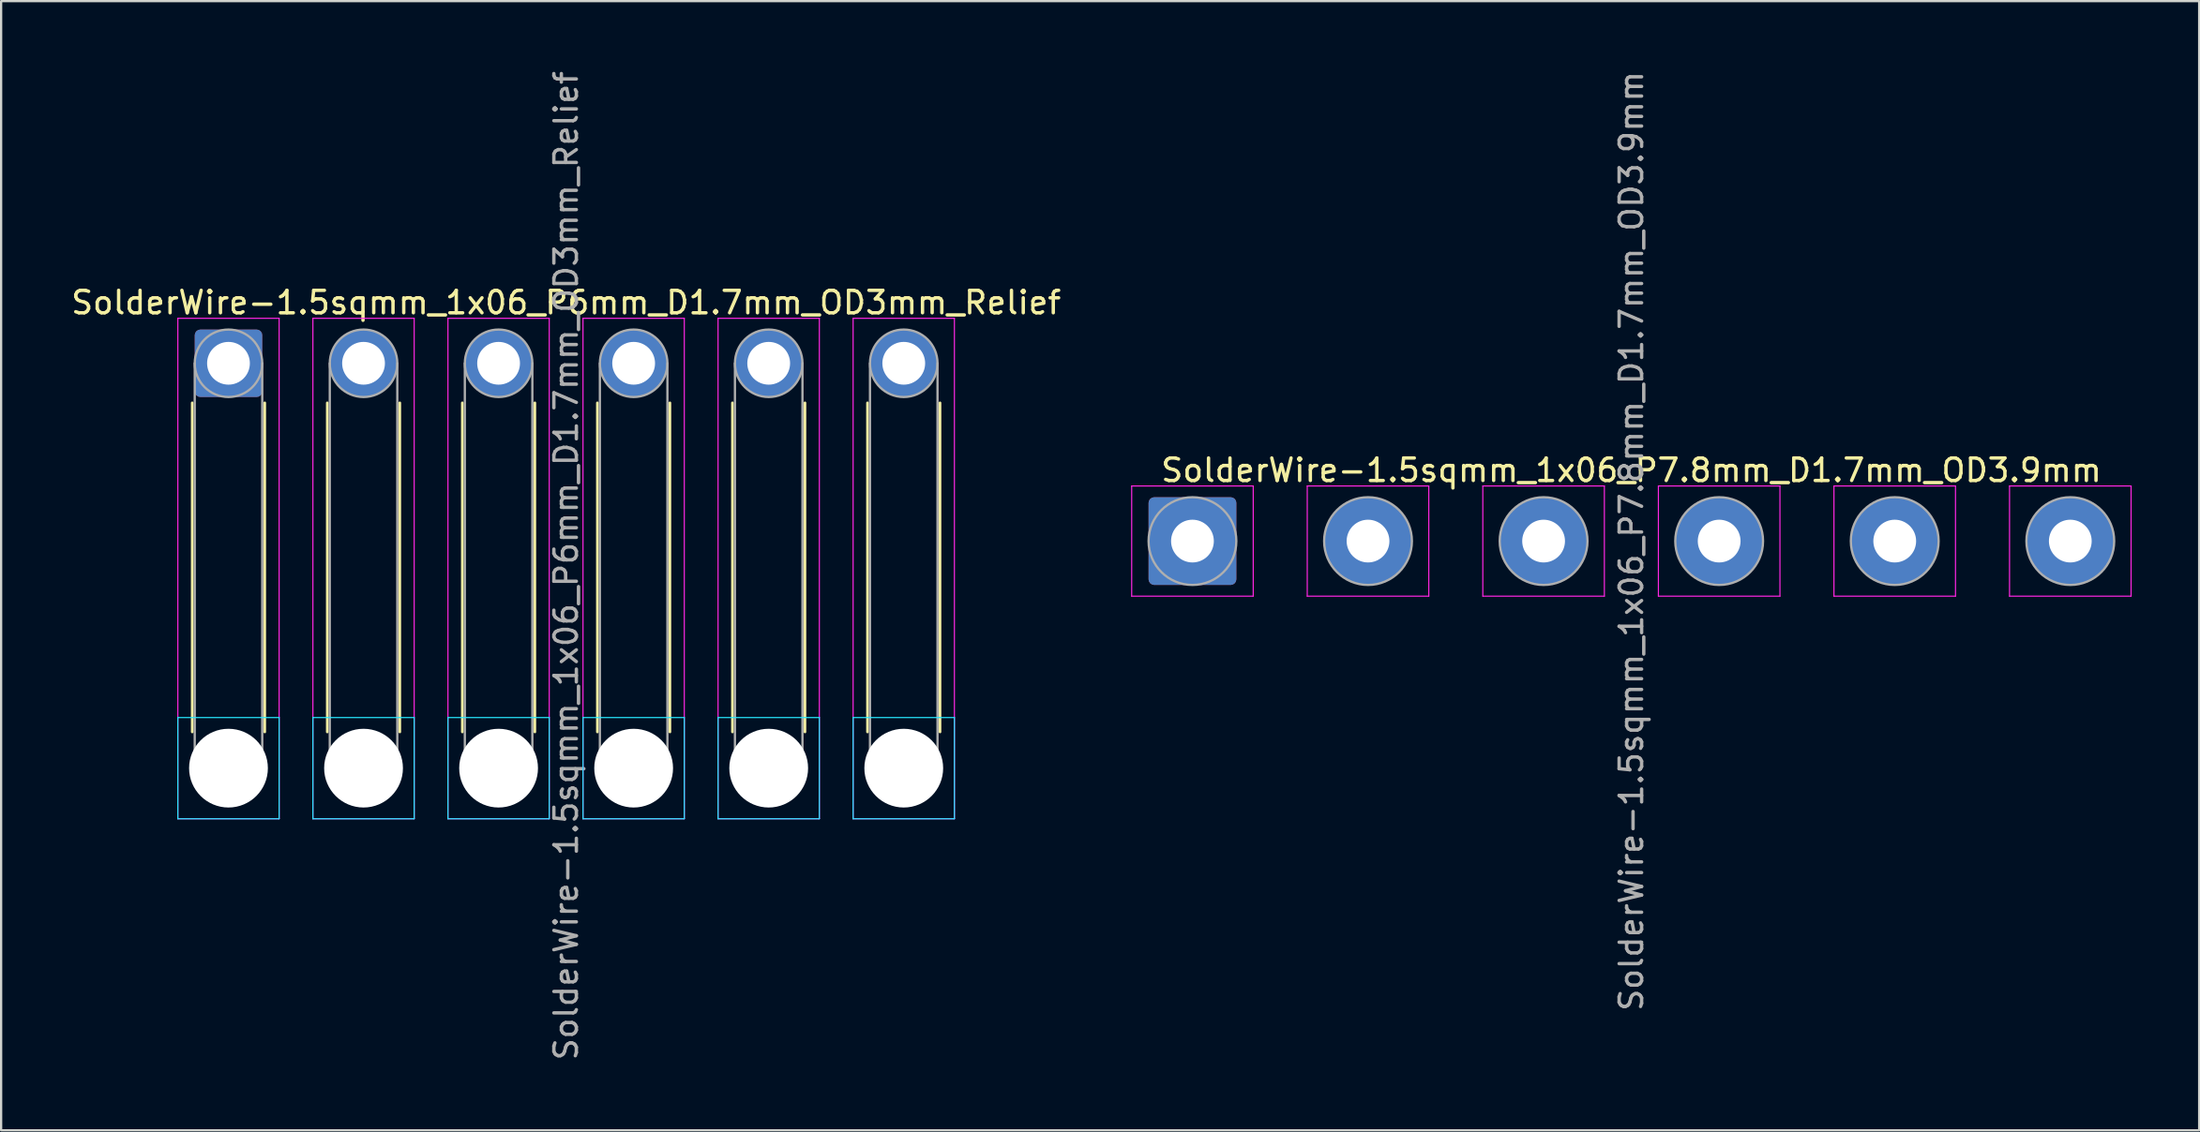
<source format=kicad_pcb>
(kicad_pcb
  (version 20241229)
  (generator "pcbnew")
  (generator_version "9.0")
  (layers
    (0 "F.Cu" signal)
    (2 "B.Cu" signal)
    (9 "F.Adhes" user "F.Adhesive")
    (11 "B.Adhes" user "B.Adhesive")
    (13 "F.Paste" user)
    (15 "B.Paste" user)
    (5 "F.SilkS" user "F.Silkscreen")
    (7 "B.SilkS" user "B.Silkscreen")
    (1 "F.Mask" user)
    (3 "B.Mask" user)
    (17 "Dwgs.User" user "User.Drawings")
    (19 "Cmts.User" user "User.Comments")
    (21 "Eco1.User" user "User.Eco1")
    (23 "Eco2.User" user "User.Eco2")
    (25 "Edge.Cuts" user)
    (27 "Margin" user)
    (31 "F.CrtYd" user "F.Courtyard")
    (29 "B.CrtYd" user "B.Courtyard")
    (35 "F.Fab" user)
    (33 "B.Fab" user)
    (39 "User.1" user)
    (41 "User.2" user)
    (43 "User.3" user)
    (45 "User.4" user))
  (footprint "SolderWire-1.5sqmm_1x06_P7.8mm_D1.7mm_OD3.9mm"
    (layer "F.Cu")
    (at 49.927 21.006)
    (property "Reference" "SolderWire-1.5sqmm_1x06_P7.8mm_D1.7mm_OD3.9mm" (at 19.5 -3.15 0) (layer "F.SilkS") (effects (font (size 1 1) (thickness 0.15))))
    (attr exclude_from_pos_files exclude_from_bom)
    (fp_line (start -2.7 -2.45) (end -2.7 2.45) (stroke (width 0.05) (type solid)) (layer "F.CrtYd"))
    (fp_line (start -2.7 2.45) (end 2.7 2.45) (stroke (width 0.05) (type solid)) (layer "F.CrtYd"))
    (fp_line (start 2.7 -2.45) (end -2.7 -2.45) (stroke (width 0.05) (type solid)) (layer "F.CrtYd"))
    (fp_line (start 2.7 2.45) (end 2.7 -2.45) (stroke (width 0.05) (type solid)) (layer "F.CrtYd"))
    (fp_line (start 5.1 -2.45) (end 5.1 2.45) (stroke (width 0.05) (type solid)) (layer "F.CrtYd"))
    (fp_line (start 5.1 2.45) (end 10.5 2.45) (stroke (width 0.05) (type solid)) (layer "F.CrtYd"))
    (fp_line (start 10.5 -2.45) (end 5.1 -2.45) (stroke (width 0.05) (type solid)) (layer "F.CrtYd"))
    (fp_line (start 10.5 2.45) (end 10.5 -2.45) (stroke (width 0.05) (type solid)) (layer "F.CrtYd"))
    (fp_line (start 12.9 -2.45) (end 12.9 2.45) (stroke (width 0.05) (type solid)) (layer "F.CrtYd"))
    (fp_line (start 12.9 2.45) (end 18.3 2.45) (stroke (width 0.05) (type solid)) (layer "F.CrtYd"))
    (fp_line (start 18.3 -2.45) (end 12.9 -2.45) (stroke (width 0.05) (type solid)) (layer "F.CrtYd"))
    (fp_line (start 18.3 2.45) (end 18.3 -2.45) (stroke (width 0.05) (type solid)) (layer "F.CrtYd"))
    (fp_line (start 20.7 -2.45) (end 20.7 2.45) (stroke (width 0.05) (type solid)) (layer "F.CrtYd"))
    (fp_line (start 20.7 2.45) (end 26.1 2.45) (stroke (width 0.05) (type solid)) (layer "F.CrtYd"))
    (fp_line (start 26.1 -2.45) (end 20.7 -2.45) (stroke (width 0.05) (type solid)) (layer "F.CrtYd"))
    (fp_line (start 26.1 2.45) (end 26.1 -2.45) (stroke (width 0.05) (type solid)) (layer "F.CrtYd"))
    (fp_line (start 28.5 -2.45) (end 28.5 2.45) (stroke (width 0.05) (type solid)) (layer "F.CrtYd"))
    (fp_line (start 28.5 2.45) (end 33.9 2.45) (stroke (width 0.05) (type solid)) (layer "F.CrtYd"))
    (fp_line (start 33.9 -2.45) (end 28.5 -2.45) (stroke (width 0.05) (type solid)) (layer "F.CrtYd"))
    (fp_line (start 33.9 2.45) (end 33.9 -2.45) (stroke (width 0.05) (type solid)) (layer "F.CrtYd"))
    (fp_line (start 36.3 -2.45) (end 36.3 2.45) (stroke (width 0.05) (type solid)) (layer "F.CrtYd"))
    (fp_line (start 36.3 2.45) (end 41.7 2.45) (stroke (width 0.05) (type solid)) (layer "F.CrtYd"))
    (fp_line (start 41.7 -2.45) (end 36.3 -2.45) (stroke (width 0.05) (type solid)) (layer "F.CrtYd"))
    (fp_line (start 41.7 2.45) (end 41.7 -2.45) (stroke (width 0.05) (type solid)) (layer "F.CrtYd"))
    (fp_circle (center 0 0) (end 1.95 0) (stroke (width 0.1) (type solid)) (fill no) (layer "F.Fab"))
    (fp_circle (center 7.8 0) (end 9.75 0) (stroke (width 0.1) (type solid)) (fill no) (layer "F.Fab"))
    (fp_circle (center 15.6 0) (end 17.55 0) (stroke (width 0.1) (type solid)) (fill no) (layer "F.Fab"))
    (fp_circle (center 23.4 0) (end 25.35 0) (stroke (width 0.1) (type solid)) (fill no) (layer "F.Fab"))
    (fp_circle (center 31.2 0) (end 33.15 0) (stroke (width 0.1) (type solid)) (fill no) (layer "F.Fab"))
    (fp_circle (center 39 0) (end 40.95 0) (stroke (width 0.1) (type solid)) (fill no) (layer "F.Fab"))
    (fp_text user "${REFERENCE}" (at 19.5 0 90) (layer "F.Fab") (effects (font (size 1 1) (thickness 0.15))))
    (pad "1" thru_hole roundrect (at 0 0) (size 3.9 3.9) (drill 1.9) (layers "*.Cu" "*.Mask") (roundrect_rratio 0.064))
    (pad "2" thru_hole circle (at 7.8 0) (size 3.9 3.9) (drill 1.9) (layers "*.Cu" "*.Mask"))
    (pad "3" thru_hole circle (at 15.6 0) (size 3.9 3.9) (drill 1.9) (layers "*.Cu" "*.Mask"))
    (pad "4" thru_hole circle (at 23.4 0) (size 3.9 3.9) (drill 1.9) (layers "*.Cu" "*.Mask"))
    (pad "5" thru_hole circle (at 31.2 0) (size 3.9 3.9) (drill 1.9) (layers "*.Cu" "*.Mask"))
    (pad "6" thru_hole circle (at 39 0) (size 3.9 3.9) (drill 1.9) (layers "*.Cu" "*.Mask")))
  (footprint "SolderWire-1.5sqmm_1x06_P6mm_D1.7mm_OD3mm_Relief"
    (layer "F.Cu")
    (at 7.101 13.101)
    (property "Reference" "SolderWire-1.5sqmm_1x06_P6mm_D1.7mm_OD3mm_Relief" (at 15 -2.7 0) (layer "F.SilkS") (effects (font (size 1 1) (thickness 0.15))))
    (attr exclude_from_pos_files exclude_from_bom)
    (fp_line (start -1.61 1.76) (end -1.61 16.39) (stroke (width 0.12) (type solid)) (layer "F.SilkS"))
    (fp_line (start 1.61 1.76) (end 1.61 16.39) (stroke (width 0.12) (type solid)) (layer "F.SilkS"))
    (fp_line (start 4.39 1.76) (end 4.39 16.39) (stroke (width 0.12) (type solid)) (layer "F.SilkS"))
    (fp_line (start 7.61 1.76) (end 7.61 16.39) (stroke (width 0.12) (type solid)) (layer "F.SilkS"))
    (fp_line (start 10.39 1.76) (end 10.39 16.39) (stroke (width 0.12) (type solid)) (layer "F.SilkS"))
    (fp_line (start 13.61 1.76) (end 13.61 16.39) (stroke (width 0.12) (type solid)) (layer "F.SilkS"))
    (fp_line (start 16.39 1.76) (end 16.39 16.39) (stroke (width 0.12) (type solid)) (layer "F.SilkS"))
    (fp_line (start 19.61 1.76) (end 19.61 16.39) (stroke (width 0.12) (type solid)) (layer "F.SilkS"))
    (fp_line (start 22.39 1.76) (end 22.39 16.39) (stroke (width 0.12) (type solid)) (layer "F.SilkS"))
    (fp_line (start 25.61 1.76) (end 25.61 16.39) (stroke (width 0.12) (type solid)) (layer "F.SilkS"))
    (fp_line (start 28.39 1.76) (end 28.39 16.39) (stroke (width 0.12) (type solid)) (layer "F.SilkS"))
    (fp_line (start 31.61 1.76) (end 31.61 16.39) (stroke (width 0.12) (type solid)) (layer "F.SilkS"))
    (fp_line (start -2.25 15.75) (end -2.25 20.25) (stroke (width 0.05) (type solid)) (layer "B.CrtYd"))
    (fp_line (start -2.25 20.25) (end 2.25 20.25) (stroke (width 0.05) (type solid)) (layer "B.CrtYd"))
    (fp_line (start 2.25 15.75) (end -2.25 15.75) (stroke (width 0.05) (type solid)) (layer "B.CrtYd"))
    (fp_line (start 2.25 20.25) (end 2.25 15.75) (stroke (width 0.05) (type solid)) (layer "B.CrtYd"))
    (fp_line (start 3.75 15.75) (end 3.75 20.25) (stroke (width 0.05) (type solid)) (layer "B.CrtYd"))
    (fp_line (start 3.75 20.25) (end 8.25 20.25) (stroke (width 0.05) (type solid)) (layer "B.CrtYd"))
    (fp_line (start 8.25 15.75) (end 3.75 15.75) (stroke (width 0.05) (type solid)) (layer "B.CrtYd"))
    (fp_line (start 8.25 20.25) (end 8.25 15.75) (stroke (width 0.05) (type solid)) (layer "B.CrtYd"))
    (fp_line (start 9.75 15.75) (end 9.75 20.25) (stroke (width 0.05) (type solid)) (layer "B.CrtYd"))
    (fp_line (start 9.75 20.25) (end 14.25 20.25) (stroke (width 0.05) (type solid)) (layer "B.CrtYd"))
    (fp_line (start 14.25 15.75) (end 9.75 15.75) (stroke (width 0.05) (type solid)) (layer "B.CrtYd"))
    (fp_line (start 14.25 20.25) (end 14.25 15.75) (stroke (width 0.05) (type solid)) (layer "B.CrtYd"))
    (fp_line (start 15.75 15.75) (end 15.75 20.25) (stroke (width 0.05) (type solid)) (layer "B.CrtYd"))
    (fp_line (start 15.75 20.25) (end 20.25 20.25) (stroke (width 0.05) (type solid)) (layer "B.CrtYd"))
    (fp_line (start 20.25 15.75) (end 15.75 15.75) (stroke (width 0.05) (type solid)) (layer "B.CrtYd"))
    (fp_line (start 20.25 20.25) (end 20.25 15.75) (stroke (width 0.05) (type solid)) (layer "B.CrtYd"))
    (fp_line (start 21.75 15.75) (end 21.75 20.25) (stroke (width 0.05) (type solid)) (layer "B.CrtYd"))
    (fp_line (start 21.75 20.25) (end 26.25 20.25) (stroke (width 0.05) (type solid)) (layer "B.CrtYd"))
    (fp_line (start 26.25 15.75) (end 21.75 15.75) (stroke (width 0.05) (type solid)) (layer "B.CrtYd"))
    (fp_line (start 26.25 20.25) (end 26.25 15.75) (stroke (width 0.05) (type solid)) (layer "B.CrtYd"))
    (fp_line (start 27.75 15.75) (end 27.75 20.25) (stroke (width 0.05) (type solid)) (layer "B.CrtYd"))
    (fp_line (start 27.75 20.25) (end 32.25 20.25) (stroke (width 0.05) (type solid)) (layer "B.CrtYd"))
    (fp_line (start 32.25 15.75) (end 27.75 15.75) (stroke (width 0.05) (type solid)) (layer "B.CrtYd"))
    (fp_line (start 32.25 20.25) (end 32.25 15.75) (stroke (width 0.05) (type solid)) (layer "B.CrtYd"))
    (fp_line (start -2.25 -2) (end -2.25 20.25) (stroke (width 0.05) (type solid)) (layer "F.CrtYd"))
    (fp_line (start -2.25 20.25) (end 2.25 20.25) (stroke (width 0.05) (type solid)) (layer "F.CrtYd"))
    (fp_line (start 2.25 -2) (end -2.25 -2) (stroke (width 0.05) (type solid)) (layer "F.CrtYd"))
    (fp_line (start 2.25 20.25) (end 2.25 -2) (stroke (width 0.05) (type solid)) (layer "F.CrtYd"))
    (fp_line (start 3.75 -2) (end 3.75 20.25) (stroke (width 0.05) (type solid)) (layer "F.CrtYd"))
    (fp_line (start 3.75 20.25) (end 8.25 20.25) (stroke (width 0.05) (type solid)) (layer "F.CrtYd"))
    (fp_line (start 8.25 -2) (end 3.75 -2) (stroke (width 0.05) (type solid)) (layer "F.CrtYd"))
    (fp_line (start 8.25 20.25) (end 8.25 -2) (stroke (width 0.05) (type solid)) (layer "F.CrtYd"))
    (fp_line (start 9.75 -2) (end 9.75 20.25) (stroke (width 0.05) (type solid)) (layer "F.CrtYd"))
    (fp_line (start 9.75 20.25) (end 14.25 20.25) (stroke (width 0.05) (type solid)) (layer "F.CrtYd"))
    (fp_line (start 14.25 -2) (end 9.75 -2) (stroke (width 0.05) (type solid)) (layer "F.CrtYd"))
    (fp_line (start 14.25 20.25) (end 14.25 -2) (stroke (width 0.05) (type solid)) (layer "F.CrtYd"))
    (fp_line (start 15.75 -2) (end 15.75 20.25) (stroke (width 0.05) (type solid)) (layer "F.CrtYd"))
    (fp_line (start 15.75 20.25) (end 20.25 20.25) (stroke (width 0.05) (type solid)) (layer "F.CrtYd"))
    (fp_line (start 20.25 -2) (end 15.75 -2) (stroke (width 0.05) (type solid)) (layer "F.CrtYd"))
    (fp_line (start 20.25 20.25) (end 20.25 -2) (stroke (width 0.05) (type solid)) (layer "F.CrtYd"))
    (fp_line (start 21.75 -2) (end 21.75 20.25) (stroke (width 0.05) (type solid)) (layer "F.CrtYd"))
    (fp_line (start 21.75 20.25) (end 26.25 20.25) (stroke (width 0.05) (type solid)) (layer "F.CrtYd"))
    (fp_line (start 26.25 -2) (end 21.75 -2) (stroke (width 0.05) (type solid)) (layer "F.CrtYd"))
    (fp_line (start 26.25 20.25) (end 26.25 -2) (stroke (width 0.05) (type solid)) (layer "F.CrtYd"))
    (fp_line (start 27.75 -2) (end 27.75 20.25) (stroke (width 0.05) (type solid)) (layer "F.CrtYd"))
    (fp_line (start 27.75 20.25) (end 32.25 20.25) (stroke (width 0.05) (type solid)) (layer "F.CrtYd"))
    (fp_line (start 32.25 -2) (end 27.75 -2) (stroke (width 0.05) (type solid)) (layer "F.CrtYd"))
    (fp_line (start 32.25 20.25) (end 32.25 -2) (stroke (width 0.05) (type solid)) (layer "F.CrtYd"))
    (fp_line (start -1.5 0) (end -1.5 18) (stroke (width 0.1) (type solid)) (layer "F.Fab"))
    (fp_line (start 1.5 0) (end 1.5 18) (stroke (width 0.1) (type solid)) (layer "F.Fab"))
    (fp_line (start 4.5 0) (end 4.5 18) (stroke (width 0.1) (type solid)) (layer "F.Fab"))
    (fp_line (start 7.5 0) (end 7.5 18) (stroke (width 0.1) (type solid)) (layer "F.Fab"))
    (fp_line (start 10.5 0) (end 10.5 18) (stroke (width 0.1) (type solid)) (layer "F.Fab"))
    (fp_line (start 13.5 0) (end 13.5 18) (stroke (width 0.1) (type solid)) (layer "F.Fab"))
    (fp_line (start 16.5 0) (end 16.5 18) (stroke (width 0.1) (type solid)) (layer "F.Fab"))
    (fp_line (start 19.5 0) (end 19.5 18) (stroke (width 0.1) (type solid)) (layer "F.Fab"))
    (fp_line (start 22.5 0) (end 22.5 18) (stroke (width 0.1) (type solid)) (layer "F.Fab"))
    (fp_line (start 25.5 0) (end 25.5 18) (stroke (width 0.1) (type solid)) (layer "F.Fab"))
    (fp_line (start 28.5 0) (end 28.5 18) (stroke (width 0.1) (type solid)) (layer "F.Fab"))
    (fp_line (start 31.5 0) (end 31.5 18) (stroke (width 0.1) (type solid)) (layer "F.Fab"))
    (fp_circle (center 0 0) (end 1.5 0) (stroke (width 0.1) (type solid)) (fill no) (layer "F.Fab"))
    (fp_circle (center 0 18) (end 1.5 18) (stroke (width 0.1) (type solid)) (fill no) (layer "F.Fab"))
    (fp_circle (center 6 0) (end 7.5 0) (stroke (width 0.1) (type solid)) (fill no) (layer "F.Fab"))
    (fp_circle (center 6 18) (end 7.5 18) (stroke (width 0.1) (type solid)) (fill no) (layer "F.Fab"))
    (fp_circle (center 12 0) (end 13.5 0) (stroke (width 0.1) (type solid)) (fill no) (layer "F.Fab"))
    (fp_circle (center 12 18) (end 13.5 18) (stroke (width 0.1) (type solid)) (fill no) (layer "F.Fab"))
    (fp_circle (center 18 0) (end 19.5 0) (stroke (width 0.1) (type solid)) (fill no) (layer "F.Fab"))
    (fp_circle (center 18 18) (end 19.5 18) (stroke (width 0.1) (type solid)) (fill no) (layer "F.Fab"))
    (fp_circle (center 24 0) (end 25.5 0) (stroke (width 0.1) (type solid)) (fill no) (layer "F.Fab"))
    (fp_circle (center 24 18) (end 25.5 18) (stroke (width 0.1) (type solid)) (fill no) (layer "F.Fab"))
    (fp_circle (center 30 0) (end 31.5 0) (stroke (width 0.1) (type solid)) (fill no) (layer "F.Fab"))
    (fp_circle (center 30 18) (end 31.5 18) (stroke (width 0.1) (type solid)) (fill no) (layer "F.Fab"))
    (fp_text user "${REFERENCE}" (at 15 9 90) (layer "F.Fab") (effects (font (size 1 1) (thickness 0.15))))
    (pad "" np_thru_hole circle (at 0 18) (size 3.5 3.5) (drill 3.5) (layers "*.Cu" "*.Mask"))
    (pad "" np_thru_hole circle (at 6 18) (size 3.5 3.5) (drill 3.5) (layers "*.Cu" "*.Mask"))
    (pad "" np_thru_hole circle (at 12 18) (size 3.5 3.5) (drill 3.5) (layers "*.Cu" "*.Mask"))
    (pad "" np_thru_hole circle (at 18 18) (size 3.5 3.5) (drill 3.5) (layers "*.Cu" "*.Mask"))
    (pad "" np_thru_hole circle (at 24 18) (size 3.5 3.5) (drill 3.5) (layers "*.Cu" "*.Mask"))
    (pad "" np_thru_hole circle (at 30 18) (size 3.5 3.5) (drill 3.5) (layers "*.Cu" "*.Mask"))
    (pad "1" thru_hole roundrect (at 0 0) (size 3 3) (drill 1.9) (layers "*.Cu" "*.Mask") (roundrect_rratio 0.083))
    (pad "2" thru_hole circle (at 6 0) (size 3 3) (drill 1.9) (layers "*.Cu" "*.Mask"))
    (pad "3" thru_hole circle (at 12 0) (size 3 3) (drill 1.9) (layers "*.Cu" "*.Mask"))
    (pad "4" thru_hole circle (at 18 0) (size 3 3) (drill 1.9) (layers "*.Cu" "*.Mask"))
    (pad "5" thru_hole circle (at 24 0) (size 3 3) (drill 1.9) (layers "*.Cu" "*.Mask"))
    (pad "6" thru_hole circle (at 30 0) (size 3 3) (drill 1.9) (layers "*.Cu" "*.Mask")))
  (gr_rect
    (start -3 -3)
    (end 94.652 47.202)
    (stroke (width 0.1) (type default))
    (fill no)
    (layer "Edge.Cuts")))
</source>
